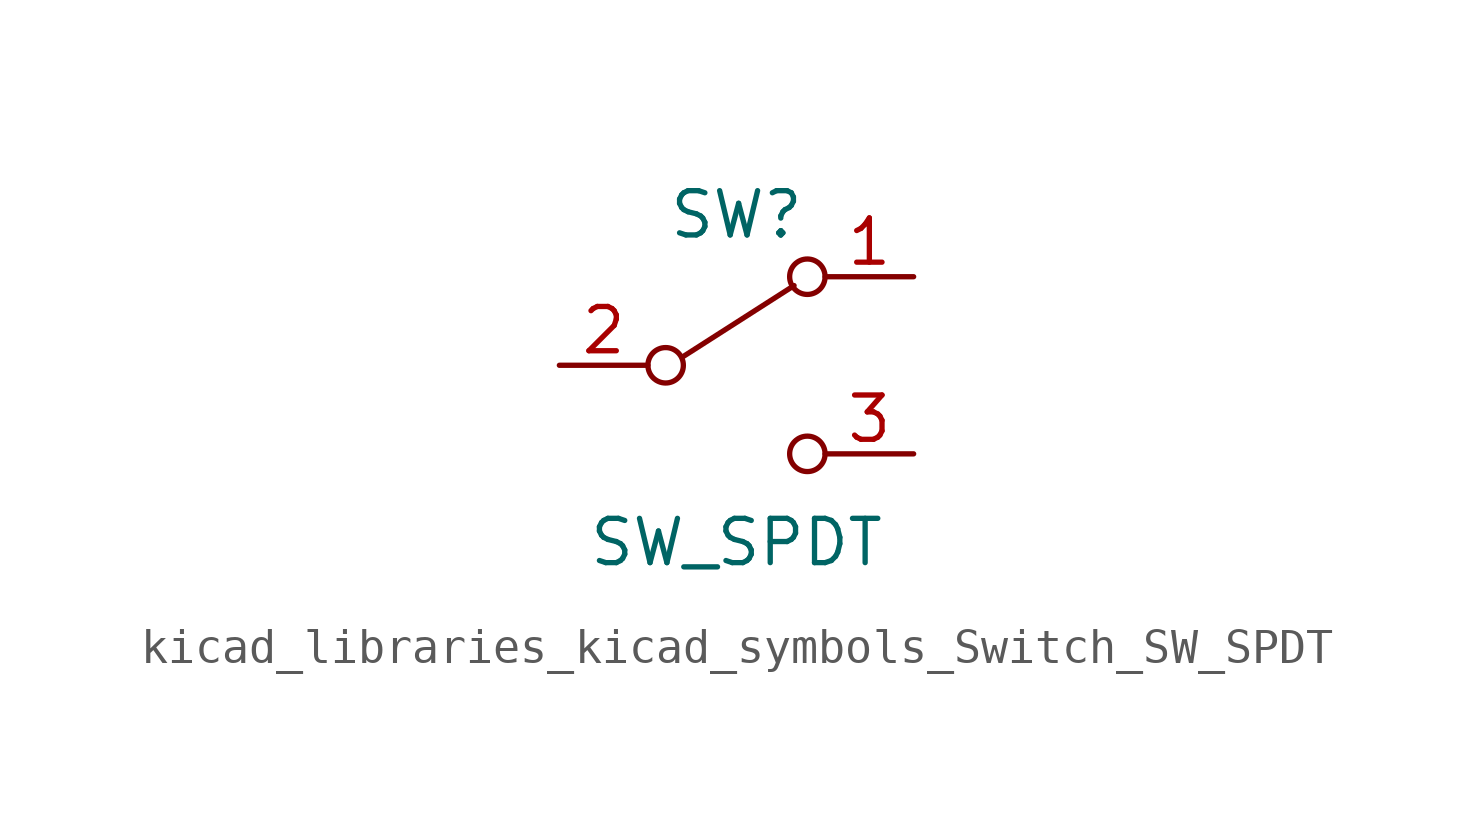
<source format=kicad_sym>
(kicad_symbol_lib
  (version 20220914)
  (generator kicad_symbol_editor)
  (symbol "kicad_libraries_kicad_symbols_Switch_SW_SPDT"
    (pin_names
      (offset 0) hide)
    (property "Reference" "SW"
      (at 0 4.318 0)
      (effects (font (size 1.27 1.27))))
    (property "Value" "SW_SPDT"
      (at 0 -5.08 0)
      (effects (font (size 1.27 1.27))))
    (symbol "kicad_libraries_kicad_symbols_Switch_SW_SPDT_0_0"
      (circle (center -2.032 0) (radius 0.508) (stroke (width 0) (type default)) (fill (type none)))
      (circle (center 2.032 -2.54) (radius 0.508) (stroke (width 0) (type default)) (fill (type none))))
    (symbol "kicad_libraries_kicad_symbols_Switch_SW_SPDT_0_1"
      (polyline (pts (xy -1.524 0.254) (xy 1.651 2.286)) (stroke (width 0) (type default)) (fill (type none)))
      (circle (center 2.032 2.54) (radius 0.508) (stroke (width 0) (type default)) (fill (type none))))
    (symbol "kicad_libraries_kicad_symbols_Switch_SW_SPDT_1_1"
      (pin passive line (at 5.08 2.54 180) (length 2.54) (name "A" (effects (font (size 1.27 1.27)))) (number "1" (effects (font (size 1.27 1.27)))))
      (pin passive line (at -5.08 0 0) (length 2.54) (name "B" (effects (font (size 1.27 1.27)))) (number "2" (effects (font (size 1.27 1.27)))))
      (pin passive line (at 5.08 -2.54 180) (length 2.54) (name "C" (effects (font (size 1.27 1.27)))) (number "3" (effects (font (size 1.27 1.27))))))))
</source>
